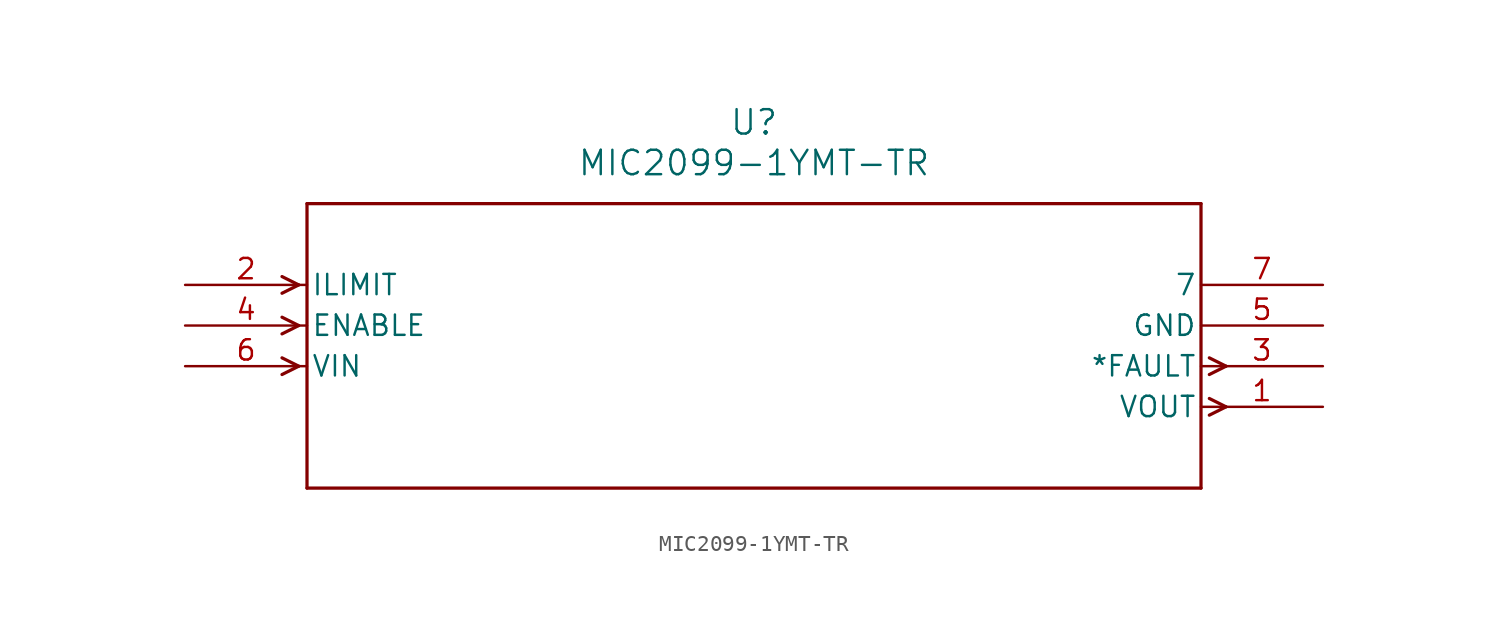
<source format=kicad_sym>
(kicad_symbol_lib
  (version 20220914)
  (generator kicad_symbol_editor)
  (symbol "MIC2099-1YMT-TR"
    (pin_names
      (offset 0.254))
    (property "Reference" "U"
      (at 35.56 10.16 0)
      (effects (font (size 1.524 1.524))))
    (property "Value" "MIC2099-1YMT-TR"
      (at 35.56 7.62 0)
      (effects (font (size 1.524 1.524))))
    (property "ki_locked" ""
      (at 0 0 0)
      (effects (font (size 1.27 1.27))))
    (symbol "MIC2099-1YMT-TR_0_1"
      (polyline (pts (xy 7.099 -5.08) (xy 6.058 -5.601)) (stroke (width 0.203) (type default)) (fill (type none)))
      (polyline (pts (xy 7.099 -5.08) (xy 6.058 -4.559)) (stroke (width 0.203) (type default)) (fill (type none)))
      (polyline (pts (xy 7.099 -2.54) (xy 6.058 -3.061)) (stroke (width 0.203) (type default)) (fill (type none)))
      (polyline (pts (xy 7.099 -2.54) (xy 6.058 -2.019)) (stroke (width 0.203) (type default)) (fill (type none)))
      (polyline (pts (xy 7.099 0) (xy 6.058 -0.521)) (stroke (width 0.203) (type default)) (fill (type none)))
      (polyline (pts (xy 7.099 0) (xy 6.058 0.521)) (stroke (width 0.203) (type default)) (fill (type none)))
      (polyline (pts (xy 7.62 -12.7) (xy 63.5 -12.7)) (stroke (width 0.203) (type default)) (fill (type none)))
      (polyline (pts (xy 7.62 5.08) (xy 7.62 -12.7)) (stroke (width 0.203) (type default)) (fill (type none)))
      (polyline (pts (xy 63.5 -12.7) (xy 63.5 5.08)) (stroke (width 0.203) (type default)) (fill (type none)))
      (polyline (pts (xy 63.5 5.08) (xy 7.62 5.08)) (stroke (width 0.203) (type default)) (fill (type none)))
      (polyline (pts (xy 64.021 -8.141) (xy 65.062 -7.62)) (stroke (width 0.203) (type default)) (fill (type none)))
      (polyline (pts (xy 64.021 -7.099) (xy 65.062 -7.62)) (stroke (width 0.203) (type default)) (fill (type none)))
      (polyline (pts (xy 64.021 -5.601) (xy 65.062 -5.08)) (stroke (width 0.203) (type default)) (fill (type none)))
      (polyline (pts (xy 64.021 -4.559) (xy 65.062 -5.08)) (stroke (width 0.203) (type default)) (fill (type none)))
      (pin output line (at 71.12 -7.62 180) (length 7.62) (name "VOUT" (effects (font (size 1.27 1.27)))) (number "1" (effects (font (size 1.27 1.27)))))
      (pin input line (at 0 0 0) (length 7.62) (name "ILIMIT" (effects (font (size 1.27 1.27)))) (number "2" (effects (font (size 1.27 1.27)))))
      (pin output line (at 71.12 -5.08 180) (length 7.62) (name "*FAULT" (effects (font (size 1.27 1.27)))) (number "3" (effects (font (size 1.27 1.27)))))
      (pin input line (at 0 -2.54 0) (length 7.62) (name "ENABLE" (effects (font (size 1.27 1.27)))) (number "4" (effects (font (size 1.27 1.27)))))
      (pin power_in line (at 71.12 -2.54 180) (length 7.62) (name "GND" (effects (font (size 1.27 1.27)))) (number "5" (effects (font (size 1.27 1.27)))))
      (pin input line (at 0 -5.08 0) (length 7.62) (name "VIN" (effects (font (size 1.27 1.27)))) (number "6" (effects (font (size 1.27 1.27)))))
      (pin unspecified line (at 71.12 0 180) (length 7.62) (name "7" (effects (font (size 1.27 1.27)))) (number "7" (effects (font (size 1.27 1.27))))))))
</source>
